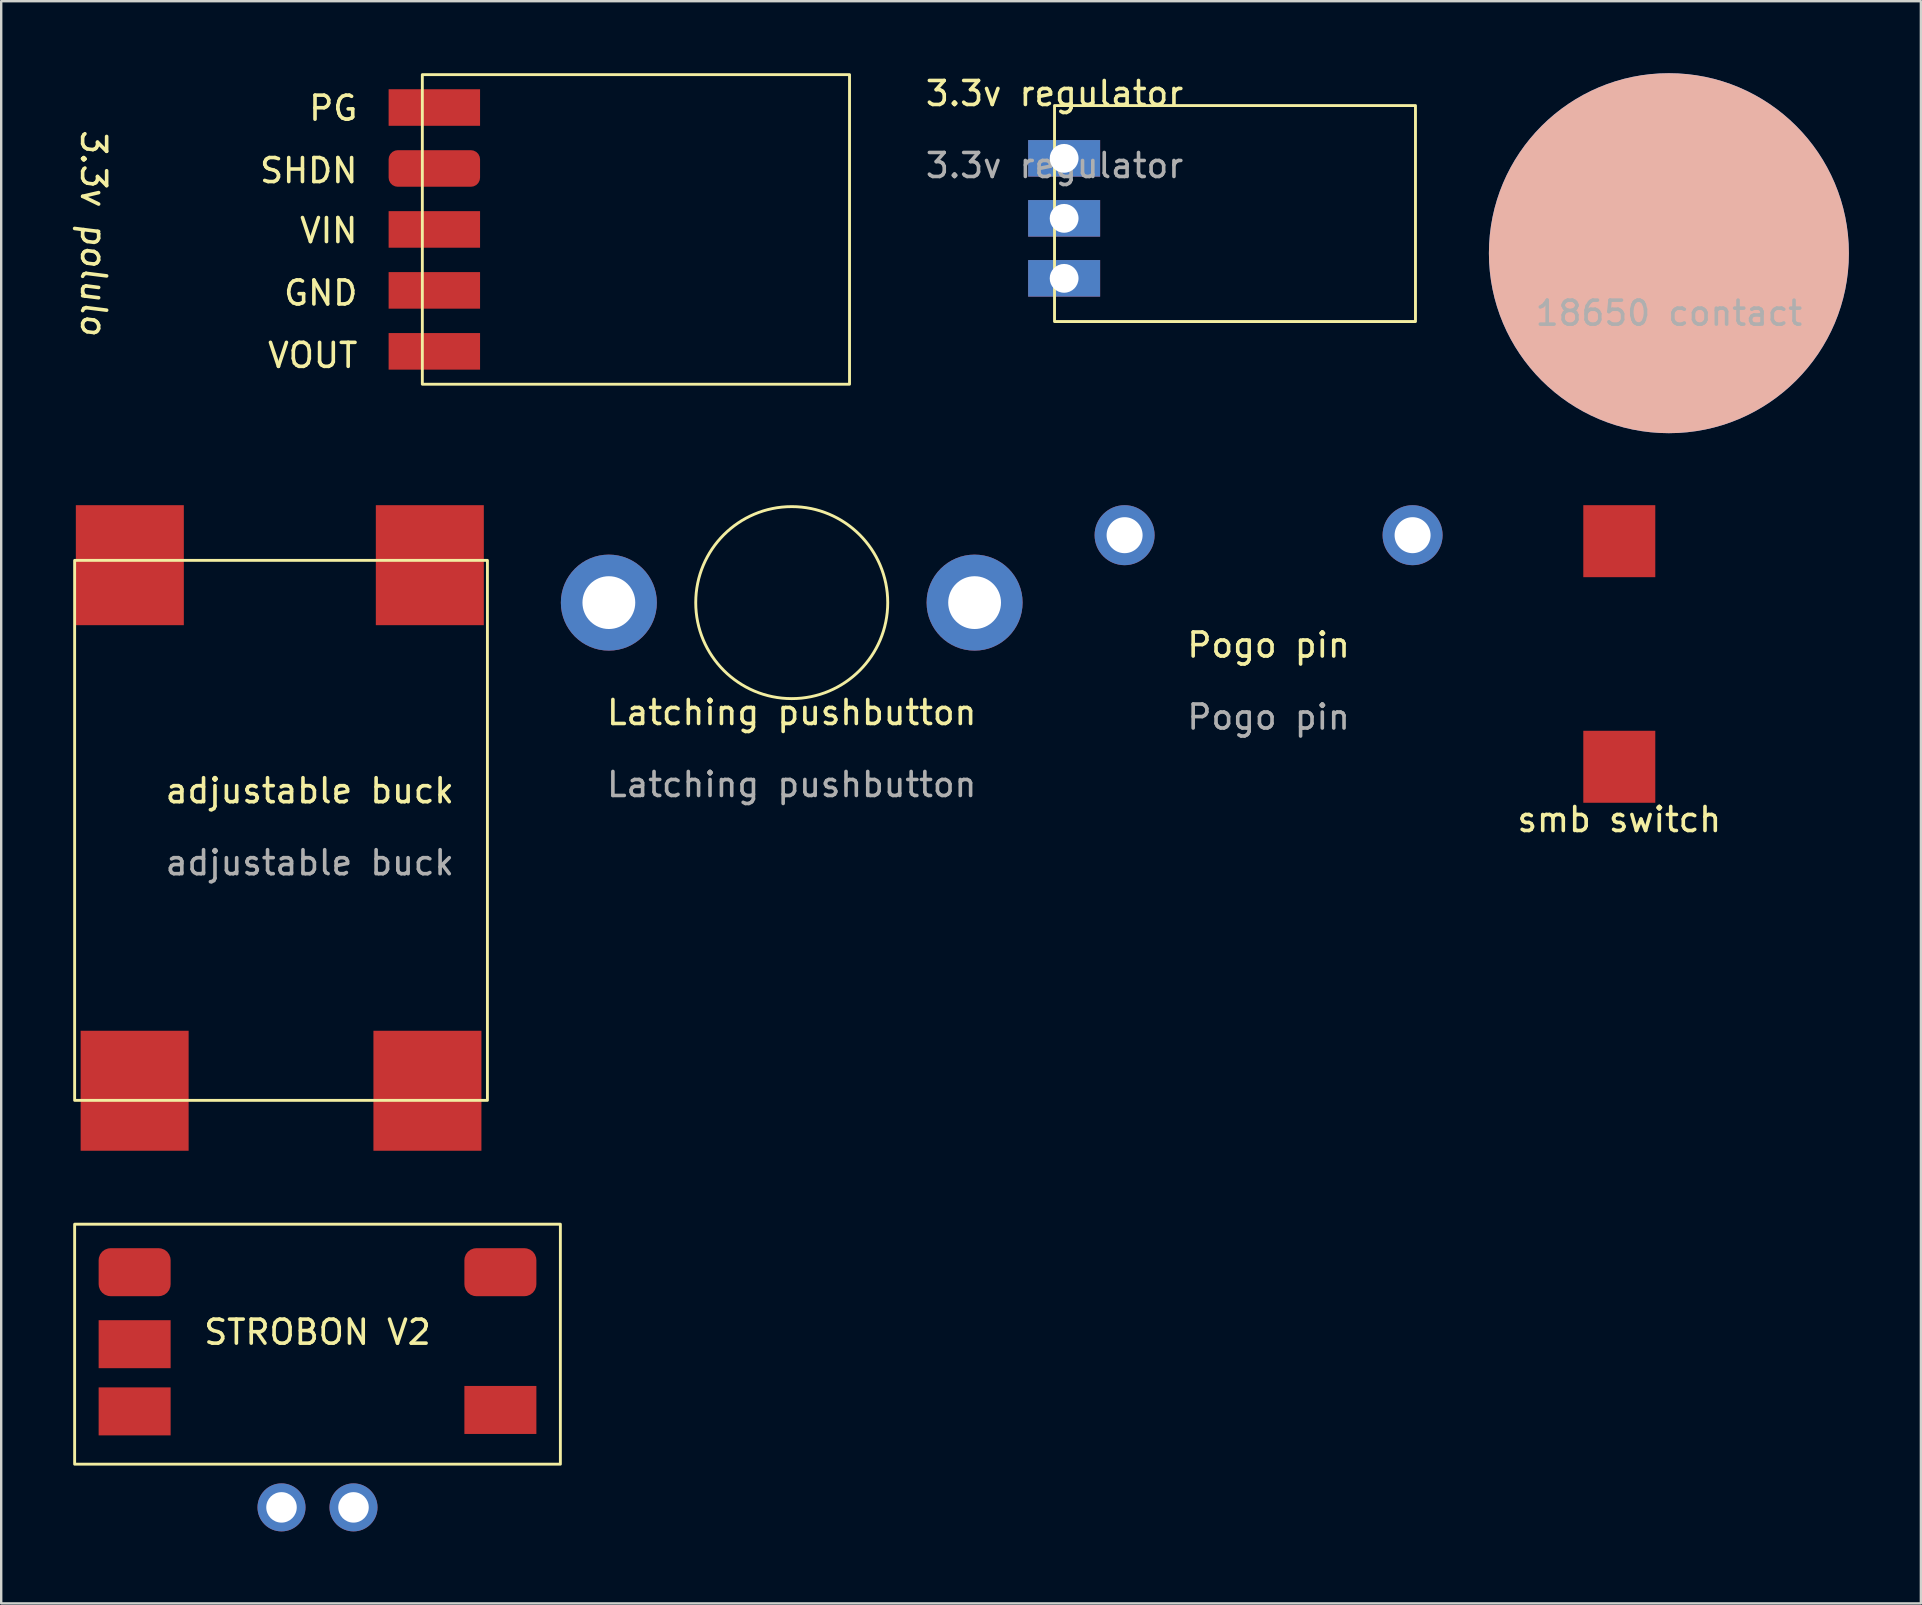
<source format=kicad_pcb>
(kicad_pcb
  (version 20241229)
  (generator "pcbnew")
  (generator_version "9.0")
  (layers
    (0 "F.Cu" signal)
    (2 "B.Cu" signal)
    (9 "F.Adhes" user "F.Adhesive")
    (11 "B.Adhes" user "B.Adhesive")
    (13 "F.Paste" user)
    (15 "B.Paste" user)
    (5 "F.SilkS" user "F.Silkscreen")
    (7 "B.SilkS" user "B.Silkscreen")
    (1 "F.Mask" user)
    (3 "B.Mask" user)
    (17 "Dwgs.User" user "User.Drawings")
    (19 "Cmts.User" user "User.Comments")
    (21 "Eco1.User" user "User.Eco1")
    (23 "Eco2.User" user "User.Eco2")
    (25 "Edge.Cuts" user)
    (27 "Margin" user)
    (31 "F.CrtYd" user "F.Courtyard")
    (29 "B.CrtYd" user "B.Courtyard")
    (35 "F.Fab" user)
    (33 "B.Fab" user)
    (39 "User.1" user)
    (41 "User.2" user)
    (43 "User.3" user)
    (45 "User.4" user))
  (footprint "STROBON V2"
    (layer "F.Cu")
    (at 10.18 52.96)
    (property "Reference" "STROBON V2" (at 0 -0.5 0) (unlocked yes) (layer "F.SilkS") (effects (font (size 1 1) (thickness 0.15))))
    (attr through_hole)
    (fp_rect (start -10.12 -5) (end 10.12 5) (stroke (width 0.12) (type solid)) (fill no) (layer "F.SilkS"))
    (pad "1" smd roundrect (at -7.62 -3) (size 3 2) (layers "F.Cu" "F.Mask" "F.Paste") (roundrect_rratio 0.25))
    (pad "2" smd rect (at -7.62 0) (size 3 2) (layers "F.Cu" "F.Mask" "F.Paste"))
    (pad "3" smd rect (at -7.62 2.8) (size 3 2) (layers "F.Cu" "F.Mask" "F.Paste"))
    (pad "4" smd rect (at 7.62 2.74) (size 3 2) (layers "F.Cu" "F.Mask" "F.Paste"))
    (pad "5" smd roundrect (at 7.62 -3) (size 3 2) (layers "F.Cu" "F.Mask" "F.Paste") (roundrect_rratio 0.25))
    (pad "6" thru_hole circle (at -1.5 6.8) (size 2 2) (drill 1.27) (layers "*.Cu" "*.Mask"))
    (pad "7" thru_hole circle (at 1.5 6.8) (size 2 2) (drill 1.27) (layers "*.Cu" "*.Mask")))
  (footprint "Pogo pin"
    (layer "F.Cu")
    (at 49.81 24.33)
    (property "Reference" "Pogo pin" (at 0 -0.5 0) (unlocked yes) (layer "F.SilkS") (effects (font (size 1 1) (thickness 0.15))))
    (attr through_hole)
    (fp_text user "${REFERENCE}" (at 0 2.5 0) (unlocked yes) (layer "F.Fab") (effects (font (size 1 1) (thickness 0.15))))
    (pad "1" thru_hole circle (at -6 -5.08) (size 2.5 2.5) (drill 1.5) (layers "*.Cu" "*.Mask"))
    (pad "2" thru_hole circle (at 6 -5.08) (size 2.5 2.5) (drill 1.5) (layers "*.Cu" "*.Mask")))
  (footprint "adjustable buck"
    (layer "F.Cu")
    (at 9.86 30.4)
    (property "Reference" "adjustable buck" (at 0 -0.5 0) (unlocked yes) (layer "F.SilkS") (effects (font (size 1 1) (thickness 0.15))))
    (attr smd)
    (fp_rect (start -9.8 -10.1) (end 7.4 12.4) (stroke (width 0.12) (type solid)) (fill no) (layer "F.SilkS"))
    (fp_text user "${REFERENCE}" (at 0 2.5 0) (unlocked yes) (layer "F.Fab") (effects (font (size 1 1) (thickness 0.15))))
    (pad "1" smd rect (at 5 -9.9) (size 4.5 5) (layers "F.Cu" "F.Mask" "F.Paste"))
    (pad "2" smd rect (at -7.5 -9.9) (size 4.5 5) (layers "F.Cu" "F.Mask" "F.Paste"))
    (pad "3" smd rect (at -7.3 12) (size 4.5 5) (layers "F.Cu" "F.Mask" "F.Paste"))
    (pad "4" smd rect (at 4.9 12) (size 4.5 5) (layers "F.Cu" "F.Mask" "F.Paste")))
  (footprint "smb switch"
    (layer "F.Cu")
    (at 64.423 31.6)
    (property "Reference" "smb switch" (at 0 -0.5 0) (unlocked yes) (layer "F.SilkS") (effects (font (size 1 1) (thickness 0.15))))
    (attr smd)
    (pad "1" smd rect (at 0 -12.1) (size 3 3) (layers "F.Cu" "F.Mask" "F.Paste"))
    (pad "2" smd rect (at 0 -2.7) (size 3 3) (layers "F.Cu" "F.Mask" "F.Paste")))
  (footprint "3.3v polulo"
    (layer "F.Cu")
    (at 3.448 0.26)
    (property "Reference" "3.3v polulo" (at -2.6 6.4 270) (unlocked yes) (layer "F.SilkS") (effects (font (size 1 1) (thickness 0.15) (italic yes))))
    (attr smd)
    (fp_rect (start 28.9 -0.2) (end 11.1 12.7) (stroke (width 0.12) (type solid)) (fill no) (layer "F.SilkS"))
    (fp_text user "PG" (at 7.39 1.2 0) (unlocked yes) (layer "F.SilkS") (effects (font (size 1 1) (thickness 0.15))))
    (fp_text user "VOUT" (at 6.533 11.5 0) (unlocked yes) (layer "F.SilkS") (effects (font (size 1 1) (thickness 0.15))))
    (fp_text user "VIN" (at 7.2 6.3 0) (unlocked yes) (layer "F.SilkS") (effects (font (size 1 1) (thickness 0.15))))
    (fp_text user "SHDN" (at 6.367 3.8 0) (unlocked yes) (layer "F.SilkS") (effects (font (size 1 1) (thickness 0.15))))
    (fp_text user "GND" (at 6.867 8.9 0) (unlocked yes) (layer "F.SilkS") (effects (font (size 1 1) (thickness 0.15))))
    (pad "1" smd rect (at 11.6 8.79) (size 3.81 1.524) (layers "F.Cu" "F.Mask" "F.Paste" "Eco2.User"))
    (pad "2" smd rect (at 11.6 1.17) (size 3.81 1.524) (layers "F.Cu" "F.Mask" "F.Paste"))
    (pad "3" smd roundrect (at 11.6 3.71) (size 3.81 1.524) (layers "F.Cu" "F.Mask" "F.Paste") (roundrect_rratio 0.25))
    (pad "4" smd rect (at 11.6 6.25) (size 3.81 1.524) (layers "F.Cu" "F.Mask" "F.Paste"))
    (pad "5" smd rect (at 11.6 11.33) (size 3.81 1.524) (layers "F.Cu" "F.Mask" "F.Paste")))
  (footprint "3.3v regulator"
    (layer "F.Cu")
    (at 40.89 1.348)
    (property "Reference" "3.3v regulator" (at 0 -0.5 0) (unlocked yes) (layer "F.SilkS") (effects (font (size 1 1) (thickness 0.15))))
    (attr smd)
    (fp_rect (start 0 0) (end 15.04 9) (stroke (width 0.12) (type solid)) (fill no) (layer "F.SilkS"))
    (fp_text user "${REFERENCE}" (at 0 2.5 0) (unlocked yes) (layer "F.Fab") (effects (font (size 1 1) (thickness 0.15))))
    (pad "1" thru_hole rect (at 0.4 2.2) (size 3 1.524) (drill 1.2) (layers "*.Cu" "*.Mask"))
    (pad "1" thru_hole rect (at 0.4 4.7) (size 3 1.524) (drill 1.2) (layers "*.Cu" "*.Mask"))
    (pad "1" thru_hole rect (at 0.4 7.2) (size 3 1.524) (drill 1.2) (layers "*.Cu" "*.Mask")))
  (footprint "18650 contact"
    (layer "F.Cu")
    (at 66.49 7.5)
    (property "Reference" "18650 contact" (at 0 -0.5 0) (unlocked yes) (layer "F.SilkS") (effects (font (size 1 1) (thickness 0.15))))
    (attr smd)
    (fp_text user "${REFERENCE}" (at 0 2.5 0) (unlocked yes) (layer "F.Fab") (effects (font (size 1 1) (thickness 0.15))))
    (pad "1" smd circle (at 0 0) (size 15 15) (layers "B.Cu" "B.SilkS" "B.Adhes" "B.Paste")))
  (footprint "Latching pushbutton"
    (layer "F.Cu")
    (at 29.94 27.14)
    (property "Reference" "Latching pushbutton" (at 0 -0.5 0) (unlocked yes) (layer "F.SilkS") (effects (font (size 1 1) (thickness 0.15))))
    (attr through_hole)
    (fp_circle (center 0 -5.08) (end 4 -5.08) (stroke (width 0.12) (type solid)) (fill no) (layer "F.SilkS"))
    (fp_text user "${REFERENCE}" (at 0 2.5 0) (unlocked yes) (layer "F.Fab") (effects (font (size 1 1) (thickness 0.15))))
    (pad "1" thru_hole circle (at -7.62 -5.08) (size 4 4) (drill 2.2) (layers "*.Cu" "*.Mask"))
    (pad "2" thru_hole circle (at 7.62 -5.08) (size 4 4) (drill 2.2) (layers "*.Cu" "*.Mask")))
  (gr_rect
    (start -3 -3)
    (end 76.99 63.76)
    (stroke (width 0.1) (type default))
    (fill no)
    (layer "Edge.Cuts")))
</source>
